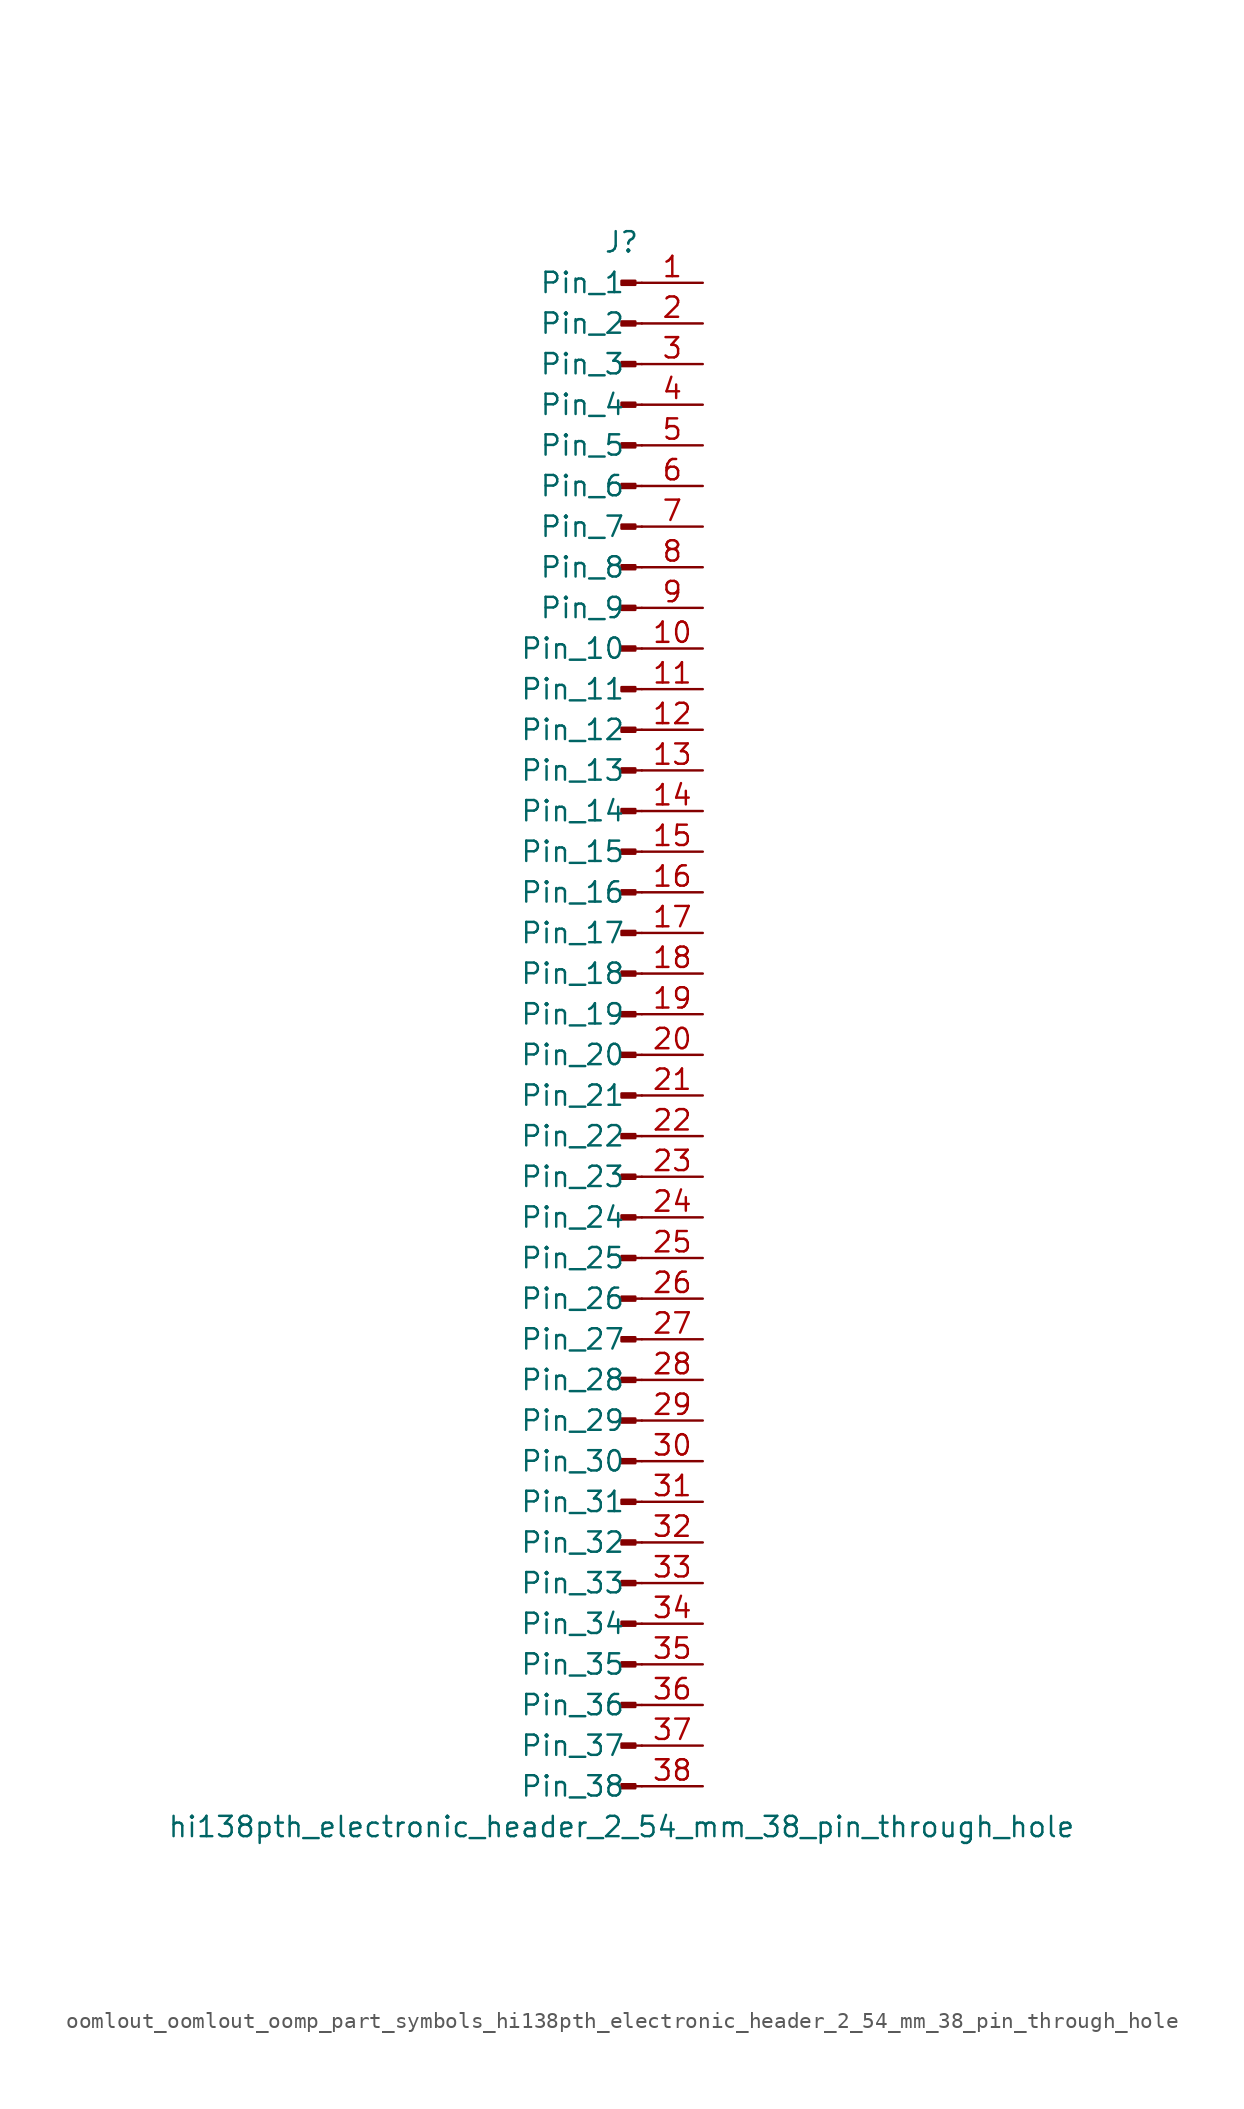
<source format=kicad_sym>
(kicad_symbol_lib
  (version 20220914)
  (generator kicad_symbol_editor)
  (symbol "oomlout_oomlout_oomp_part_symbols_hi138pth_electronic_header_2_54_mm_38_pin_through_hole"
    (pin_names
      (offset 1.016))
    (property "Reference" "J"
      (at 0 48.26 0)
      (effects (font (size 1.27 1.27))))
    (property "Value" "hi138pth_electronic_header_2_54_mm_38_pin_through_hole"
      (at 0 -50.8 0)
      (effects (font (size 1.27 1.27))))
    (property "ki_locked" ""
      (at 0 0 0)
      (effects (font (size 1.27 1.27))))
    (symbol "oomlout_oomlout_oomp_part_symbols_hi138pth_electronic_header_2_54_mm_38_pin_through_hole_1_1"
      (polyline (pts (xy 1.27 -48.26) (xy 0.864 -48.26)) (stroke (width 0.152) (type default)) (fill (type none)))
      (polyline (pts (xy 1.27 -45.72) (xy 0.864 -45.72)) (stroke (width 0.152) (type default)) (fill (type none)))
      (polyline (pts (xy 1.27 -43.18) (xy 0.864 -43.18)) (stroke (width 0.152) (type default)) (fill (type none)))
      (polyline (pts (xy 1.27 -40.64) (xy 0.864 -40.64)) (stroke (width 0.152) (type default)) (fill (type none)))
      (polyline (pts (xy 1.27 -38.1) (xy 0.864 -38.1)) (stroke (width 0.152) (type default)) (fill (type none)))
      (polyline (pts (xy 1.27 -35.56) (xy 0.864 -35.56)) (stroke (width 0.152) (type default)) (fill (type none)))
      (polyline (pts (xy 1.27 -33.02) (xy 0.864 -33.02)) (stroke (width 0.152) (type default)) (fill (type none)))
      (polyline (pts (xy 1.27 -30.48) (xy 0.864 -30.48)) (stroke (width 0.152) (type default)) (fill (type none)))
      (polyline (pts (xy 1.27 -27.94) (xy 0.864 -27.94)) (stroke (width 0.152) (type default)) (fill (type none)))
      (polyline (pts (xy 1.27 -25.4) (xy 0.864 -25.4)) (stroke (width 0.152) (type default)) (fill (type none)))
      (polyline (pts (xy 1.27 -22.86) (xy 0.864 -22.86)) (stroke (width 0.152) (type default)) (fill (type none)))
      (polyline (pts (xy 1.27 -20.32) (xy 0.864 -20.32)) (stroke (width 0.152) (type default)) (fill (type none)))
      (polyline (pts (xy 1.27 -17.78) (xy 0.864 -17.78)) (stroke (width 0.152) (type default)) (fill (type none)))
      (polyline (pts (xy 1.27 -15.24) (xy 0.864 -15.24)) (stroke (width 0.152) (type default)) (fill (type none)))
      (polyline (pts (xy 1.27 -12.7) (xy 0.864 -12.7)) (stroke (width 0.152) (type default)) (fill (type none)))
      (polyline (pts (xy 1.27 -10.16) (xy 0.864 -10.16)) (stroke (width 0.152) (type default)) (fill (type none)))
      (polyline (pts (xy 1.27 -7.62) (xy 0.864 -7.62)) (stroke (width 0.152) (type default)) (fill (type none)))
      (polyline (pts (xy 1.27 -5.08) (xy 0.864 -5.08)) (stroke (width 0.152) (type default)) (fill (type none)))
      (polyline (pts (xy 1.27 -2.54) (xy 0.864 -2.54)) (stroke (width 0.152) (type default)) (fill (type none)))
      (polyline (pts (xy 1.27 0) (xy 0.864 0)) (stroke (width 0.152) (type default)) (fill (type none)))
      (polyline (pts (xy 1.27 2.54) (xy 0.864 2.54)) (stroke (width 0.152) (type default)) (fill (type none)))
      (polyline (pts (xy 1.27 5.08) (xy 0.864 5.08)) (stroke (width 0.152) (type default)) (fill (type none)))
      (polyline (pts (xy 1.27 7.62) (xy 0.864 7.62)) (stroke (width 0.152) (type default)) (fill (type none)))
      (polyline (pts (xy 1.27 10.16) (xy 0.864 10.16)) (stroke (width 0.152) (type default)) (fill (type none)))
      (polyline (pts (xy 1.27 12.7) (xy 0.864 12.7)) (stroke (width 0.152) (type default)) (fill (type none)))
      (polyline (pts (xy 1.27 15.24) (xy 0.864 15.24)) (stroke (width 0.152) (type default)) (fill (type none)))
      (polyline (pts (xy 1.27 17.78) (xy 0.864 17.78)) (stroke (width 0.152) (type default)) (fill (type none)))
      (polyline (pts (xy 1.27 20.32) (xy 0.864 20.32)) (stroke (width 0.152) (type default)) (fill (type none)))
      (polyline (pts (xy 1.27 22.86) (xy 0.864 22.86)) (stroke (width 0.152) (type default)) (fill (type none)))
      (polyline (pts (xy 1.27 25.4) (xy 0.864 25.4)) (stroke (width 0.152) (type default)) (fill (type none)))
      (polyline (pts (xy 1.27 27.94) (xy 0.864 27.94)) (stroke (width 0.152) (type default)) (fill (type none)))
      (polyline (pts (xy 1.27 30.48) (xy 0.864 30.48)) (stroke (width 0.152) (type default)) (fill (type none)))
      (polyline (pts (xy 1.27 33.02) (xy 0.864 33.02)) (stroke (width 0.152) (type default)) (fill (type none)))
      (polyline (pts (xy 1.27 35.56) (xy 0.864 35.56)) (stroke (width 0.152) (type default)) (fill (type none)))
      (polyline (pts (xy 1.27 38.1) (xy 0.864 38.1)) (stroke (width 0.152) (type default)) (fill (type none)))
      (polyline (pts (xy 1.27 40.64) (xy 0.864 40.64)) (stroke (width 0.152) (type default)) (fill (type none)))
      (polyline (pts (xy 1.27 43.18) (xy 0.864 43.18)) (stroke (width 0.152) (type default)) (fill (type none)))
      (polyline (pts (xy 1.27 45.72) (xy 0.864 45.72)) (stroke (width 0.152) (type default)) (fill (type none)))
      (rectangle (start 0.864 -48.133) (end 0 -48.387) (stroke (width 0.152) (type default)) (fill (type outline)))
      (rectangle (start 0.864 -45.593) (end 0 -45.847) (stroke (width 0.152) (type default)) (fill (type outline)))
      (rectangle (start 0.864 -43.053) (end 0 -43.307) (stroke (width 0.152) (type default)) (fill (type outline)))
      (rectangle (start 0.864 -40.513) (end 0 -40.767) (stroke (width 0.152) (type default)) (fill (type outline)))
      (rectangle (start 0.864 -37.973) (end 0 -38.227) (stroke (width 0.152) (type default)) (fill (type outline)))
      (rectangle (start 0.864 -35.433) (end 0 -35.687) (stroke (width 0.152) (type default)) (fill (type outline)))
      (rectangle (start 0.864 -32.893) (end 0 -33.147) (stroke (width 0.152) (type default)) (fill (type outline)))
      (rectangle (start 0.864 -30.353) (end 0 -30.607) (stroke (width 0.152) (type default)) (fill (type outline)))
      (rectangle (start 0.864 -27.813) (end 0 -28.067) (stroke (width 0.152) (type default)) (fill (type outline)))
      (rectangle (start 0.864 -25.273) (end 0 -25.527) (stroke (width 0.152) (type default)) (fill (type outline)))
      (rectangle (start 0.864 -22.733) (end 0 -22.987) (stroke (width 0.152) (type default)) (fill (type outline)))
      (rectangle (start 0.864 -20.193) (end 0 -20.447) (stroke (width 0.152) (type default)) (fill (type outline)))
      (rectangle (start 0.864 -17.653) (end 0 -17.907) (stroke (width 0.152) (type default)) (fill (type outline)))
      (rectangle (start 0.864 -15.113) (end 0 -15.367) (stroke (width 0.152) (type default)) (fill (type outline)))
      (rectangle (start 0.864 -12.573) (end 0 -12.827) (stroke (width 0.152) (type default)) (fill (type outline)))
      (rectangle (start 0.864 -10.033) (end 0 -10.287) (stroke (width 0.152) (type default)) (fill (type outline)))
      (rectangle (start 0.864 -7.493) (end 0 -7.747) (stroke (width 0.152) (type default)) (fill (type outline)))
      (rectangle (start 0.864 -4.953) (end 0 -5.207) (stroke (width 0.152) (type default)) (fill (type outline)))
      (rectangle (start 0.864 -2.413) (end 0 -2.667) (stroke (width 0.152) (type default)) (fill (type outline)))
      (rectangle (start 0.864 0.127) (end 0 -0.127) (stroke (width 0.152) (type default)) (fill (type outline)))
      (rectangle (start 0.864 2.667) (end 0 2.413) (stroke (width 0.152) (type default)) (fill (type outline)))
      (rectangle (start 0.864 5.207) (end 0 4.953) (stroke (width 0.152) (type default)) (fill (type outline)))
      (rectangle (start 0.864 7.747) (end 0 7.493) (stroke (width 0.152) (type default)) (fill (type outline)))
      (rectangle (start 0.864 10.287) (end 0 10.033) (stroke (width 0.152) (type default)) (fill (type outline)))
      (rectangle (start 0.864 12.827) (end 0 12.573) (stroke (width 0.152) (type default)) (fill (type outline)))
      (rectangle (start 0.864 15.367) (end 0 15.113) (stroke (width 0.152) (type default)) (fill (type outline)))
      (rectangle (start 0.864 17.907) (end 0 17.653) (stroke (width 0.152) (type default)) (fill (type outline)))
      (rectangle (start 0.864 20.447) (end 0 20.193) (stroke (width 0.152) (type default)) (fill (type outline)))
      (rectangle (start 0.864 22.987) (end 0 22.733) (stroke (width 0.152) (type default)) (fill (type outline)))
      (rectangle (start 0.864 25.527) (end 0 25.273) (stroke (width 0.152) (type default)) (fill (type outline)))
      (rectangle (start 0.864 28.067) (end 0 27.813) (stroke (width 0.152) (type default)) (fill (type outline)))
      (rectangle (start 0.864 30.607) (end 0 30.353) (stroke (width 0.152) (type default)) (fill (type outline)))
      (rectangle (start 0.864 33.147) (end 0 32.893) (stroke (width 0.152) (type default)) (fill (type outline)))
      (rectangle (start 0.864 35.687) (end 0 35.433) (stroke (width 0.152) (type default)) (fill (type outline)))
      (rectangle (start 0.864 38.227) (end 0 37.973) (stroke (width 0.152) (type default)) (fill (type outline)))
      (rectangle (start 0.864 40.767) (end 0 40.513) (stroke (width 0.152) (type default)) (fill (type outline)))
      (rectangle (start 0.864 43.307) (end 0 43.053) (stroke (width 0.152) (type default)) (fill (type outline)))
      (rectangle (start 0.864 45.847) (end 0 45.593) (stroke (width 0.152) (type default)) (fill (type outline)))
      (pin passive line (at 5.08 45.72 180) (length 3.81) (name "Pin_1" (effects (font (size 1.27 1.27)))) (number "1" (effects (font (size 1.27 1.27)))))
      (pin passive line (at 5.08 22.86 180) (length 3.81) (name "Pin_10" (effects (font (size 1.27 1.27)))) (number "10" (effects (font (size 1.27 1.27)))))
      (pin passive line (at 5.08 20.32 180) (length 3.81) (name "Pin_11" (effects (font (size 1.27 1.27)))) (number "11" (effects (font (size 1.27 1.27)))))
      (pin passive line (at 5.08 17.78 180) (length 3.81) (name "Pin_12" (effects (font (size 1.27 1.27)))) (number "12" (effects (font (size 1.27 1.27)))))
      (pin passive line (at 5.08 15.24 180) (length 3.81) (name "Pin_13" (effects (font (size 1.27 1.27)))) (number "13" (effects (font (size 1.27 1.27)))))
      (pin passive line (at 5.08 12.7 180) (length 3.81) (name "Pin_14" (effects (font (size 1.27 1.27)))) (number "14" (effects (font (size 1.27 1.27)))))
      (pin passive line (at 5.08 10.16 180) (length 3.81) (name "Pin_15" (effects (font (size 1.27 1.27)))) (number "15" (effects (font (size 1.27 1.27)))))
      (pin passive line (at 5.08 7.62 180) (length 3.81) (name "Pin_16" (effects (font (size 1.27 1.27)))) (number "16" (effects (font (size 1.27 1.27)))))
      (pin passive line (at 5.08 5.08 180) (length 3.81) (name "Pin_17" (effects (font (size 1.27 1.27)))) (number "17" (effects (font (size 1.27 1.27)))))
      (pin passive line (at 5.08 2.54 180) (length 3.81) (name "Pin_18" (effects (font (size 1.27 1.27)))) (number "18" (effects (font (size 1.27 1.27)))))
      (pin passive line (at 5.08 0 180) (length 3.81) (name "Pin_19" (effects (font (size 1.27 1.27)))) (number "19" (effects (font (size 1.27 1.27)))))
      (pin passive line (at 5.08 43.18 180) (length 3.81) (name "Pin_2" (effects (font (size 1.27 1.27)))) (number "2" (effects (font (size 1.27 1.27)))))
      (pin passive line (at 5.08 -2.54 180) (length 3.81) (name "Pin_20" (effects (font (size 1.27 1.27)))) (number "20" (effects (font (size 1.27 1.27)))))
      (pin passive line (at 5.08 -5.08 180) (length 3.81) (name "Pin_21" (effects (font (size 1.27 1.27)))) (number "21" (effects (font (size 1.27 1.27)))))
      (pin passive line (at 5.08 -7.62 180) (length 3.81) (name "Pin_22" (effects (font (size 1.27 1.27)))) (number "22" (effects (font (size 1.27 1.27)))))
      (pin passive line (at 5.08 -10.16 180) (length 3.81) (name "Pin_23" (effects (font (size 1.27 1.27)))) (number "23" (effects (font (size 1.27 1.27)))))
      (pin passive line (at 5.08 -12.7 180) (length 3.81) (name "Pin_24" (effects (font (size 1.27 1.27)))) (number "24" (effects (font (size 1.27 1.27)))))
      (pin passive line (at 5.08 -15.24 180) (length 3.81) (name "Pin_25" (effects (font (size 1.27 1.27)))) (number "25" (effects (font (size 1.27 1.27)))))
      (pin passive line (at 5.08 -17.78 180) (length 3.81) (name "Pin_26" (effects (font (size 1.27 1.27)))) (number "26" (effects (font (size 1.27 1.27)))))
      (pin passive line (at 5.08 -20.32 180) (length 3.81) (name "Pin_27" (effects (font (size 1.27 1.27)))) (number "27" (effects (font (size 1.27 1.27)))))
      (pin passive line (at 5.08 -22.86 180) (length 3.81) (name "Pin_28" (effects (font (size 1.27 1.27)))) (number "28" (effects (font (size 1.27 1.27)))))
      (pin passive line (at 5.08 -25.4 180) (length 3.81) (name "Pin_29" (effects (font (size 1.27 1.27)))) (number "29" (effects (font (size 1.27 1.27)))))
      (pin passive line (at 5.08 40.64 180) (length 3.81) (name "Pin_3" (effects (font (size 1.27 1.27)))) (number "3" (effects (font (size 1.27 1.27)))))
      (pin passive line (at 5.08 -27.94 180) (length 3.81) (name "Pin_30" (effects (font (size 1.27 1.27)))) (number "30" (effects (font (size 1.27 1.27)))))
      (pin passive line (at 5.08 -30.48 180) (length 3.81) (name "Pin_31" (effects (font (size 1.27 1.27)))) (number "31" (effects (font (size 1.27 1.27)))))
      (pin passive line (at 5.08 -33.02 180) (length 3.81) (name "Pin_32" (effects (font (size 1.27 1.27)))) (number "32" (effects (font (size 1.27 1.27)))))
      (pin passive line (at 5.08 -35.56 180) (length 3.81) (name "Pin_33" (effects (font (size 1.27 1.27)))) (number "33" (effects (font (size 1.27 1.27)))))
      (pin passive line (at 5.08 -38.1 180) (length 3.81) (name "Pin_34" (effects (font (size 1.27 1.27)))) (number "34" (effects (font (size 1.27 1.27)))))
      (pin passive line (at 5.08 -40.64 180) (length 3.81) (name "Pin_35" (effects (font (size 1.27 1.27)))) (number "35" (effects (font (size 1.27 1.27)))))
      (pin passive line (at 5.08 -43.18 180) (length 3.81) (name "Pin_36" (effects (font (size 1.27 1.27)))) (number "36" (effects (font (size 1.27 1.27)))))
      (pin passive line (at 5.08 -45.72 180) (length 3.81) (name "Pin_37" (effects (font (size 1.27 1.27)))) (number "37" (effects (font (size 1.27 1.27)))))
      (pin passive line (at 5.08 -48.26 180) (length 3.81) (name "Pin_38" (effects (font (size 1.27 1.27)))) (number "38" (effects (font (size 1.27 1.27)))))
      (pin passive line (at 5.08 38.1 180) (length 3.81) (name "Pin_4" (effects (font (size 1.27 1.27)))) (number "4" (effects (font (size 1.27 1.27)))))
      (pin passive line (at 5.08 35.56 180) (length 3.81) (name "Pin_5" (effects (font (size 1.27 1.27)))) (number "5" (effects (font (size 1.27 1.27)))))
      (pin passive line (at 5.08 33.02 180) (length 3.81) (name "Pin_6" (effects (font (size 1.27 1.27)))) (number "6" (effects (font (size 1.27 1.27)))))
      (pin passive line (at 5.08 30.48 180) (length 3.81) (name "Pin_7" (effects (font (size 1.27 1.27)))) (number "7" (effects (font (size 1.27 1.27)))))
      (pin passive line (at 5.08 27.94 180) (length 3.81) (name "Pin_8" (effects (font (size 1.27 1.27)))) (number "8" (effects (font (size 1.27 1.27)))))
      (pin passive line (at 5.08 25.4 180) (length 3.81) (name "Pin_9" (effects (font (size 1.27 1.27)))) (number "9" (effects (font (size 1.27 1.27))))))))
</source>
